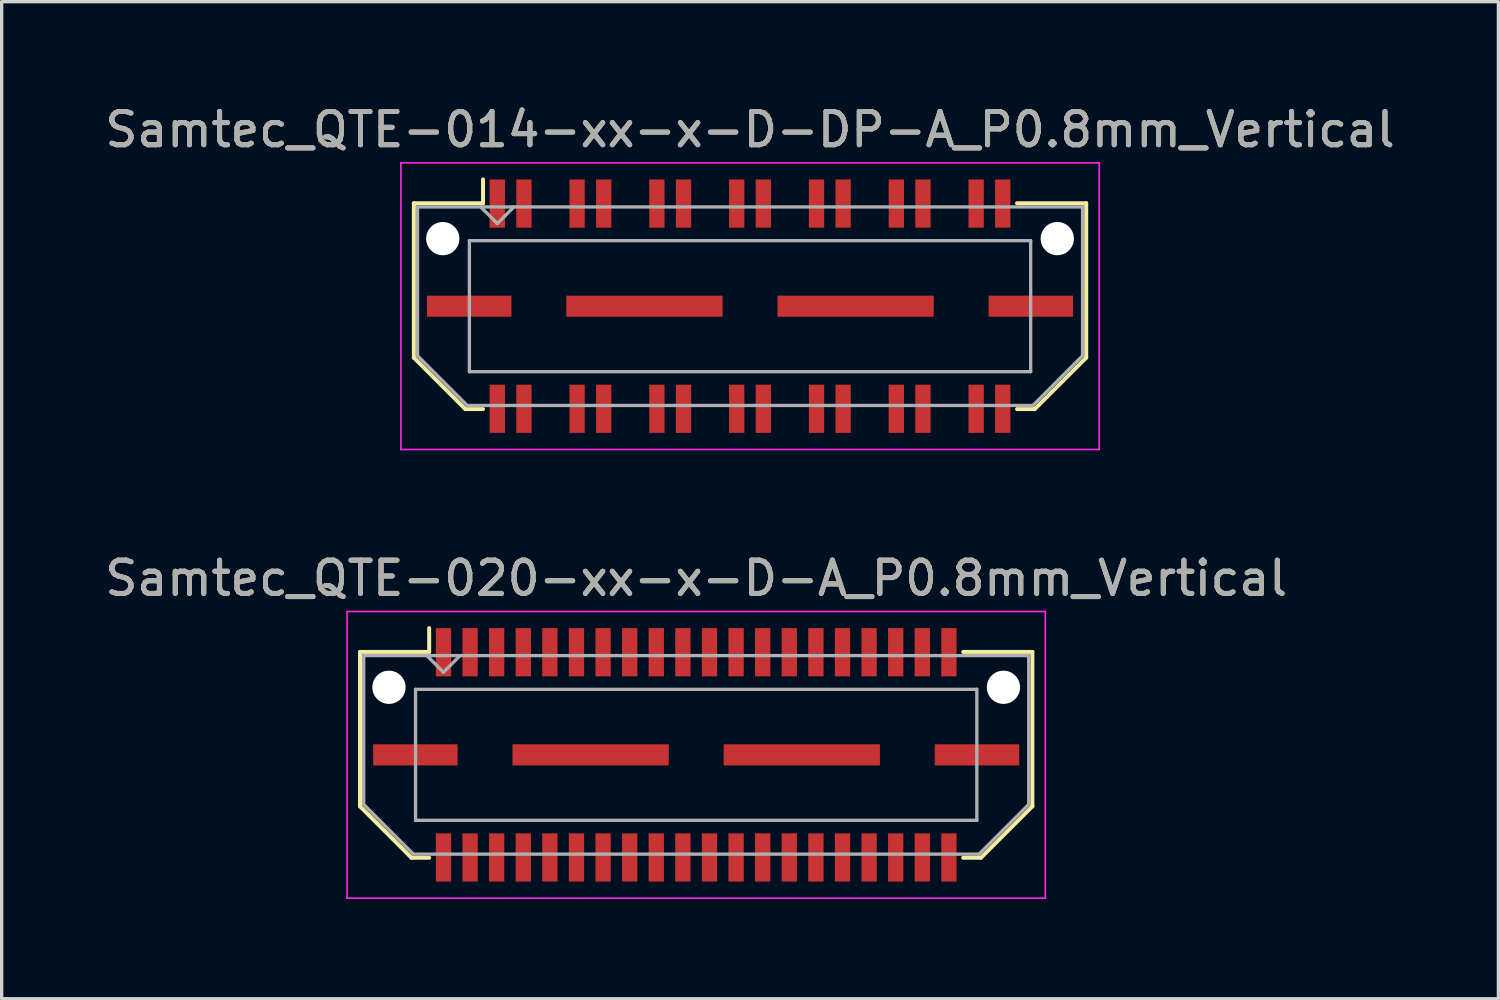
<source format=kicad_pcb>
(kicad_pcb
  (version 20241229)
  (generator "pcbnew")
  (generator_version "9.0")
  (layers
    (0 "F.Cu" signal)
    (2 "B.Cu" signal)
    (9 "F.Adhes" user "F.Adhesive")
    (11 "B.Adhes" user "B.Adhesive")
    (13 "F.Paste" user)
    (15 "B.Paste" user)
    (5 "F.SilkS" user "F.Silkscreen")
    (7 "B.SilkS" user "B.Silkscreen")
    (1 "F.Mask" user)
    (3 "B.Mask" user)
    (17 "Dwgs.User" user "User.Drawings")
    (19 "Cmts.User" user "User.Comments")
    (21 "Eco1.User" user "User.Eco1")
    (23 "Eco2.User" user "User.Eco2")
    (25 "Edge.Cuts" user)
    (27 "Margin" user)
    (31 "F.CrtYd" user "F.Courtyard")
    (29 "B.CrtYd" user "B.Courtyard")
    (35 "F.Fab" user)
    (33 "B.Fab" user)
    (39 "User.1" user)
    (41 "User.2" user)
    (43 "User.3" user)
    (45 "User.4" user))
  (footprint "Samtec_QTE-020-xx-x-D-A_P0.8mm_Vertical"
    (layer "F.Cu")
    (at 17.887 19.651)
    (property "Reference" "Samtec_QTE-020-xx-x-D-A_P0.8mm_Vertical" (at 0 -5.31 0) (layer "F.SilkS") (effects (font (size 1 1) (thickness 0.15))))
    (attr smd)
    (fp_line (start -10.11 -3.095) (end -10.11 1.548) (stroke (width 0.12) (type solid)) (layer "F.SilkS"))
    (fp_line (start -10.11 1.548) (end -8.562 3.095) (stroke (width 0.12) (type solid)) (layer "F.SilkS"))
    (fp_line (start -8.562 3.095) (end -8.03 3.095) (stroke (width 0.12) (type solid)) (layer "F.SilkS"))
    (fp_line (start -8.03 -3.811) (end -8.03 -3.095) (stroke (width 0.12) (type solid)) (layer "F.SilkS"))
    (fp_line (start -8.03 -3.095) (end -10.11 -3.095) (stroke (width 0.12) (type solid)) (layer "F.SilkS"))
    (fp_line (start 8.03 -3.095) (end 10.11 -3.095) (stroke (width 0.12) (type solid)) (layer "F.SilkS"))
    (fp_line (start 8.562 3.095) (end 8.03 3.095) (stroke (width 0.12) (type solid)) (layer "F.SilkS"))
    (fp_line (start 10.11 -3.095) (end 10.11 1.548) (stroke (width 0.12) (type solid)) (layer "F.SilkS"))
    (fp_line (start 10.11 1.548) (end 8.562 3.095) (stroke (width 0.12) (type solid)) (layer "F.SilkS"))
    (fp_line (start -10.5 -4.31) (end -10.5 4.31) (stroke (width 0.05) (type solid)) (layer "F.CrtYd"))
    (fp_line (start -10.5 4.31) (end 10.5 4.31) (stroke (width 0.05) (type solid)) (layer "F.CrtYd"))
    (fp_line (start 10.5 -4.31) (end -10.5 -4.31) (stroke (width 0.05) (type solid)) (layer "F.CrtYd"))
    (fp_line (start 10.5 4.31) (end 10.5 -4.31) (stroke (width 0.05) (type solid)) (layer "F.CrtYd"))
    (fp_line (start -10 -2.985) (end -10 1.492) (stroke (width 0.1) (type solid)) (layer "F.Fab"))
    (fp_line (start -10 -2.985) (end 10 -2.985) (stroke (width 0.1) (type solid)) (layer "F.Fab"))
    (fp_line (start -10 1.492) (end -8.508 2.985) (stroke (width 0.1) (type solid)) (layer "F.Fab"))
    (fp_line (start -8.508 2.985) (end 8.508 2.985) (stroke (width 0.1) (type solid)) (layer "F.Fab"))
    (fp_line (start -8.44 -1.97) (end -8.44 1.97) (stroke (width 0.1) (type solid)) (layer "F.Fab"))
    (fp_line (start -8.44 1.97) (end 8.44 1.97) (stroke (width 0.1) (type solid)) (layer "F.Fab"))
    (fp_line (start -7.6 -2.485) (end -8.1 -2.985) (stroke (width 0.1) (type solid)) (layer "F.Fab"))
    (fp_line (start -7.1 -2.985) (end -7.6 -2.485) (stroke (width 0.1) (type solid)) (layer "F.Fab"))
    (fp_line (start 8.44 -1.97) (end -8.44 -1.97) (stroke (width 0.1) (type solid)) (layer "F.Fab"))
    (fp_line (start 8.44 1.97) (end 8.44 -1.97) (stroke (width 0.1) (type solid)) (layer "F.Fab"))
    (fp_line (start 10 -2.985) (end 10 1.492) (stroke (width 0.1) (type solid)) (layer "F.Fab"))
    (fp_line (start 10 1.492) (end 8.508 2.985) (stroke (width 0.1) (type solid)) (layer "F.Fab"))
    (fp_text user "${REFERENCE}" (at 0 -5.31 0) (layer "F.Fab") (effects (font (size 1 1) (thickness 0.15))))
    (pad "" np_thru_hole circle (at -9.24 -2.032) (size 1 1) (drill 1) (layers "*.Cu" "*.Mask"))
    (pad "" np_thru_hole circle (at 9.24 -2.032) (size 1 1) (drill 1) (layers "*.Cu" "*.Mask"))
    (pad "1" smd rect (at -7.6 -3.086) (size 0.46 1.45) (layers "F.Cu" "F.Mask" "F.Paste"))
    (pad "2" smd rect (at -7.6 3.086) (size 0.46 1.45) (layers "F.Cu" "F.Mask" "F.Paste"))
    (pad "3" smd rect (at -6.8 -3.086) (size 0.46 1.45) (layers "F.Cu" "F.Mask" "F.Paste"))
    (pad "4" smd rect (at -6.8 3.086) (size 0.46 1.45) (layers "F.Cu" "F.Mask" "F.Paste"))
    (pad "5" smd rect (at -6 -3.086) (size 0.46 1.45) (layers "F.Cu" "F.Mask" "F.Paste"))
    (pad "6" smd rect (at -6 3.086) (size 0.46 1.45) (layers "F.Cu" "F.Mask" "F.Paste"))
    (pad "7" smd rect (at -5.2 -3.086) (size 0.46 1.45) (layers "F.Cu" "F.Mask" "F.Paste"))
    (pad "8" smd rect (at -5.2 3.086) (size 0.46 1.45) (layers "F.Cu" "F.Mask" "F.Paste"))
    (pad "9" smd rect (at -4.4 -3.086) (size 0.46 1.45) (layers "F.Cu" "F.Mask" "F.Paste"))
    (pad "10" smd rect (at -4.4 3.086) (size 0.46 1.45) (layers "F.Cu" "F.Mask" "F.Paste"))
    (pad "11" smd rect (at -3.6 -3.086) (size 0.46 1.45) (layers "F.Cu" "F.Mask" "F.Paste"))
    (pad "12" smd rect (at -3.6 3.086) (size 0.46 1.45) (layers "F.Cu" "F.Mask" "F.Paste"))
    (pad "13" smd rect (at -2.8 -3.086) (size 0.46 1.45) (layers "F.Cu" "F.Mask" "F.Paste"))
    (pad "14" smd rect (at -2.8 3.086) (size 0.46 1.45) (layers "F.Cu" "F.Mask" "F.Paste"))
    (pad "15" smd rect (at -2 -3.086) (size 0.46 1.45) (layers "F.Cu" "F.Mask" "F.Paste"))
    (pad "16" smd rect (at -2 3.086) (size 0.46 1.45) (layers "F.Cu" "F.Mask" "F.Paste"))
    (pad "17" smd rect (at -1.2 -3.086) (size 0.46 1.45) (layers "F.Cu" "F.Mask" "F.Paste"))
    (pad "18" smd rect (at -1.2 3.086) (size 0.46 1.45) (layers "F.Cu" "F.Mask" "F.Paste"))
    (pad "19" smd rect (at -0.4 -3.086) (size 0.46 1.45) (layers "F.Cu" "F.Mask" "F.Paste"))
    (pad "20" smd rect (at -0.4 3.086) (size 0.46 1.45) (layers "F.Cu" "F.Mask" "F.Paste"))
    (pad "21" smd rect (at 0.4 -3.086) (size 0.46 1.45) (layers "F.Cu" "F.Mask" "F.Paste"))
    (pad "22" smd rect (at 0.4 3.086) (size 0.46 1.45) (layers "F.Cu" "F.Mask" "F.Paste"))
    (pad "23" smd rect (at 1.2 -3.086) (size 0.46 1.45) (layers "F.Cu" "F.Mask" "F.Paste"))
    (pad "24" smd rect (at 1.2 3.086) (size 0.46 1.45) (layers "F.Cu" "F.Mask" "F.Paste"))
    (pad "25" smd rect (at 2 -3.086) (size 0.46 1.45) (layers "F.Cu" "F.Mask" "F.Paste"))
    (pad "26" smd rect (at 2 3.086) (size 0.46 1.45) (layers "F.Cu" "F.Mask" "F.Paste"))
    (pad "27" smd rect (at 2.8 -3.086) (size 0.46 1.45) (layers "F.Cu" "F.Mask" "F.Paste"))
    (pad "28" smd rect (at 2.8 3.086) (size 0.46 1.45) (layers "F.Cu" "F.Mask" "F.Paste"))
    (pad "29" smd rect (at 3.6 -3.086) (size 0.46 1.45) (layers "F.Cu" "F.Mask" "F.Paste"))
    (pad "30" smd rect (at 3.6 3.086) (size 0.46 1.45) (layers "F.Cu" "F.Mask" "F.Paste"))
    (pad "31" smd rect (at 4.4 -3.086) (size 0.46 1.45) (layers "F.Cu" "F.Mask" "F.Paste"))
    (pad "32" smd rect (at 4.4 3.086) (size 0.46 1.45) (layers "F.Cu" "F.Mask" "F.Paste"))
    (pad "33" smd rect (at 5.2 -3.086) (size 0.46 1.45) (layers "F.Cu" "F.Mask" "F.Paste"))
    (pad "34" smd rect (at 5.2 3.086) (size 0.46 1.45) (layers "F.Cu" "F.Mask" "F.Paste"))
    (pad "35" smd rect (at 6 -3.086) (size 0.46 1.45) (layers "F.Cu" "F.Mask" "F.Paste"))
    (pad "36" smd rect (at 6 3.086) (size 0.46 1.45) (layers "F.Cu" "F.Mask" "F.Paste"))
    (pad "37" smd rect (at 6.8 -3.086) (size 0.46 1.45) (layers "F.Cu" "F.Mask" "F.Paste"))
    (pad "38" smd rect (at 6.8 3.086) (size 0.46 1.45) (layers "F.Cu" "F.Mask" "F.Paste"))
    (pad "39" smd rect (at 7.6 -3.086) (size 0.46 1.45) (layers "F.Cu" "F.Mask" "F.Paste"))
    (pad "40" smd rect (at 7.6 3.086) (size 0.46 1.45) (layers "F.Cu" "F.Mask" "F.Paste"))
    (pad "P1" smd rect (at -8.445 0) (size 2.54 0.635) (layers "F.Cu" "F.Mask" "F.Paste"))
    (pad "P1" smd rect (at -3.175 0) (size 4.7 0.635) (layers "F.Cu" "F.Mask" "F.Paste"))
    (pad "P1" smd rect (at 3.175 0) (size 4.7 0.635) (layers "F.Cu" "F.Mask" "F.Paste"))
    (pad "P1" smd rect (at 8.445 0) (size 2.54 0.635) (layers "F.Cu" "F.Mask" "F.Paste")))
  (footprint "Samtec_QTE-014-xx-x-D-DP-A_P0.8mm_Vertical"
    (layer "F.Cu")
    (at 19.506 6.158)
    (property "Reference" "Samtec_QTE-014-xx-x-D-DP-A_P0.8mm_Vertical" (at 0 -5.31 0) (layer "F.SilkS") (effects (font (size 1 1) (thickness 0.15))))
    (attr smd)
    (fp_line (start -10.11 -3.095) (end -10.11 1.548) (stroke (width 0.12) (type solid)) (layer "F.SilkS"))
    (fp_line (start -10.11 1.548) (end -8.562 3.095) (stroke (width 0.12) (type solid)) (layer "F.SilkS"))
    (fp_line (start -8.562 3.095) (end -8.03 3.095) (stroke (width 0.12) (type solid)) (layer "F.SilkS"))
    (fp_line (start -8.03 -3.811) (end -8.03 -3.095) (stroke (width 0.12) (type solid)) (layer "F.SilkS"))
    (fp_line (start -8.03 -3.095) (end -10.11 -3.095) (stroke (width 0.12) (type solid)) (layer "F.SilkS"))
    (fp_line (start 8.03 -3.095) (end 10.11 -3.095) (stroke (width 0.12) (type solid)) (layer "F.SilkS"))
    (fp_line (start 8.562 3.095) (end 8.03 3.095) (stroke (width 0.12) (type solid)) (layer "F.SilkS"))
    (fp_line (start 10.11 -3.095) (end 10.11 1.548) (stroke (width 0.12) (type solid)) (layer "F.SilkS"))
    (fp_line (start 10.11 1.548) (end 8.562 3.095) (stroke (width 0.12) (type solid)) (layer "F.SilkS"))
    (fp_line (start -10.5 -4.31) (end -10.5 4.31) (stroke (width 0.05) (type solid)) (layer "F.CrtYd"))
    (fp_line (start -10.5 4.31) (end 10.5 4.31) (stroke (width 0.05) (type solid)) (layer "F.CrtYd"))
    (fp_line (start 10.5 -4.31) (end -10.5 -4.31) (stroke (width 0.05) (type solid)) (layer "F.CrtYd"))
    (fp_line (start 10.5 4.31) (end 10.5 -4.31) (stroke (width 0.05) (type solid)) (layer "F.CrtYd"))
    (fp_line (start -10 -2.985) (end -10 1.492) (stroke (width 0.1) (type solid)) (layer "F.Fab"))
    (fp_line (start -10 -2.985) (end 10 -2.985) (stroke (width 0.1) (type solid)) (layer "F.Fab"))
    (fp_line (start -10 1.492) (end -8.508 2.985) (stroke (width 0.1) (type solid)) (layer "F.Fab"))
    (fp_line (start -8.508 2.985) (end 8.508 2.985) (stroke (width 0.1) (type solid)) (layer "F.Fab"))
    (fp_line (start -8.44 -1.97) (end -8.44 1.97) (stroke (width 0.1) (type solid)) (layer "F.Fab"))
    (fp_line (start -8.44 1.97) (end 8.44 1.97) (stroke (width 0.1) (type solid)) (layer "F.Fab"))
    (fp_line (start -7.6 -2.485) (end -8.1 -2.985) (stroke (width 0.1) (type solid)) (layer "F.Fab"))
    (fp_line (start -7.1 -2.985) (end -7.6 -2.485) (stroke (width 0.1) (type solid)) (layer "F.Fab"))
    (fp_line (start 8.44 -1.97) (end -8.44 -1.97) (stroke (width 0.1) (type solid)) (layer "F.Fab"))
    (fp_line (start 8.44 1.97) (end 8.44 -1.97) (stroke (width 0.1) (type solid)) (layer "F.Fab"))
    (fp_line (start 10 -2.985) (end 10 1.492) (stroke (width 0.1) (type solid)) (layer "F.Fab"))
    (fp_line (start 10 1.492) (end 8.508 2.985) (stroke (width 0.1) (type solid)) (layer "F.Fab"))
    (fp_text user "${REFERENCE}" (at 0 -5.31 0) (layer "F.Fab") (effects (font (size 1 1) (thickness 0.15))))
    (pad "" np_thru_hole circle (at -9.24 -2.032) (size 1 1) (drill 1) (layers "*.Cu" "*.Mask"))
    (pad "" np_thru_hole circle (at 9.24 -2.032) (size 1 1) (drill 1) (layers "*.Cu" "*.Mask"))
    (pad "1" smd rect (at -7.6 -3.086) (size 0.46 1.45) (layers "F.Cu" "F.Mask" "F.Paste"))
    (pad "2" smd rect (at -7.6 3.086) (size 0.46 1.45) (layers "F.Cu" "F.Mask" "F.Paste"))
    (pad "3" smd rect (at -6.8 -3.086) (size 0.46 1.45) (layers "F.Cu" "F.Mask" "F.Paste"))
    (pad "4" smd rect (at -6.8 3.086) (size 0.46 1.45) (layers "F.Cu" "F.Mask" "F.Paste"))
    (pad "5" smd rect (at -5.2 -3.086) (size 0.46 1.45) (layers "F.Cu" "F.Mask" "F.Paste"))
    (pad "6" smd rect (at -5.2 3.086) (size 0.46 1.45) (layers "F.Cu" "F.Mask" "F.Paste"))
    (pad "7" smd rect (at -4.4 -3.086) (size 0.46 1.45) (layers "F.Cu" "F.Mask" "F.Paste"))
    (pad "8" smd rect (at -4.4 3.086) (size 0.46 1.45) (layers "F.Cu" "F.Mask" "F.Paste"))
    (pad "9" smd rect (at -2.8 -3.086) (size 0.46 1.45) (layers "F.Cu" "F.Mask" "F.Paste"))
    (pad "10" smd rect (at -2.8 3.086) (size 0.46 1.45) (layers "F.Cu" "F.Mask" "F.Paste"))
    (pad "11" smd rect (at -2 -3.086) (size 0.46 1.45) (layers "F.Cu" "F.Mask" "F.Paste"))
    (pad "12" smd rect (at -2 3.086) (size 0.46 1.45) (layers "F.Cu" "F.Mask" "F.Paste"))
    (pad "13" smd rect (at -0.4 -3.086) (size 0.46 1.45) (layers "F.Cu" "F.Mask" "F.Paste"))
    (pad "14" smd rect (at -0.4 3.086) (size 0.46 1.45) (layers "F.Cu" "F.Mask" "F.Paste"))
    (pad "15" smd rect (at 0.4 -3.086) (size 0.46 1.45) (layers "F.Cu" "F.Mask" "F.Paste"))
    (pad "16" smd rect (at 0.4 3.086) (size 0.46 1.45) (layers "F.Cu" "F.Mask" "F.Paste"))
    (pad "17" smd rect (at 2 -3.086) (size 0.46 1.45) (layers "F.Cu" "F.Mask" "F.Paste"))
    (pad "18" smd rect (at 2 3.086) (size 0.46 1.45) (layers "F.Cu" "F.Mask" "F.Paste"))
    (pad "19" smd rect (at 2.8 -3.086) (size 0.46 1.45) (layers "F.Cu" "F.Mask" "F.Paste"))
    (pad "20" smd rect (at 2.8 3.086) (size 0.46 1.45) (layers "F.Cu" "F.Mask" "F.Paste"))
    (pad "21" smd rect (at 4.4 -3.086) (size 0.46 1.45) (layers "F.Cu" "F.Mask" "F.Paste"))
    (pad "22" smd rect (at 4.4 3.086) (size 0.46 1.45) (layers "F.Cu" "F.Mask" "F.Paste"))
    (pad "23" smd rect (at 5.2 -3.086) (size 0.46 1.45) (layers "F.Cu" "F.Mask" "F.Paste"))
    (pad "24" smd rect (at 5.2 3.086) (size 0.46 1.45) (layers "F.Cu" "F.Mask" "F.Paste"))
    (pad "25" smd rect (at 6.8 -3.086) (size 0.46 1.45) (layers "F.Cu" "F.Mask" "F.Paste"))
    (pad "26" smd rect (at 6.8 3.086) (size 0.46 1.45) (layers "F.Cu" "F.Mask" "F.Paste"))
    (pad "27" smd rect (at 7.6 -3.086) (size 0.46 1.45) (layers "F.Cu" "F.Mask" "F.Paste"))
    (pad "28" smd rect (at 7.6 3.086) (size 0.46 1.45) (layers "F.Cu" "F.Mask" "F.Paste"))
    (pad "P1" smd rect (at -8.445 0) (size 2.54 0.635) (layers "F.Cu" "F.Mask" "F.Paste"))
    (pad "P1" smd rect (at -3.175 0) (size 4.7 0.635) (layers "F.Cu" "F.Mask" "F.Paste"))
    (pad "P1" smd rect (at 3.175 0) (size 4.7 0.635) (layers "F.Cu" "F.Mask" "F.Paste"))
    (pad "P1" smd rect (at 8.445 0) (size 2.54 0.635) (layers "F.Cu" "F.Mask" "F.Paste")))
  (gr_rect
    (start -3 -3)
    (end 42.012 26.986)
    (stroke (width 0.1) (type default))
    (fill no)
    (layer "Edge.Cuts")))
</source>
